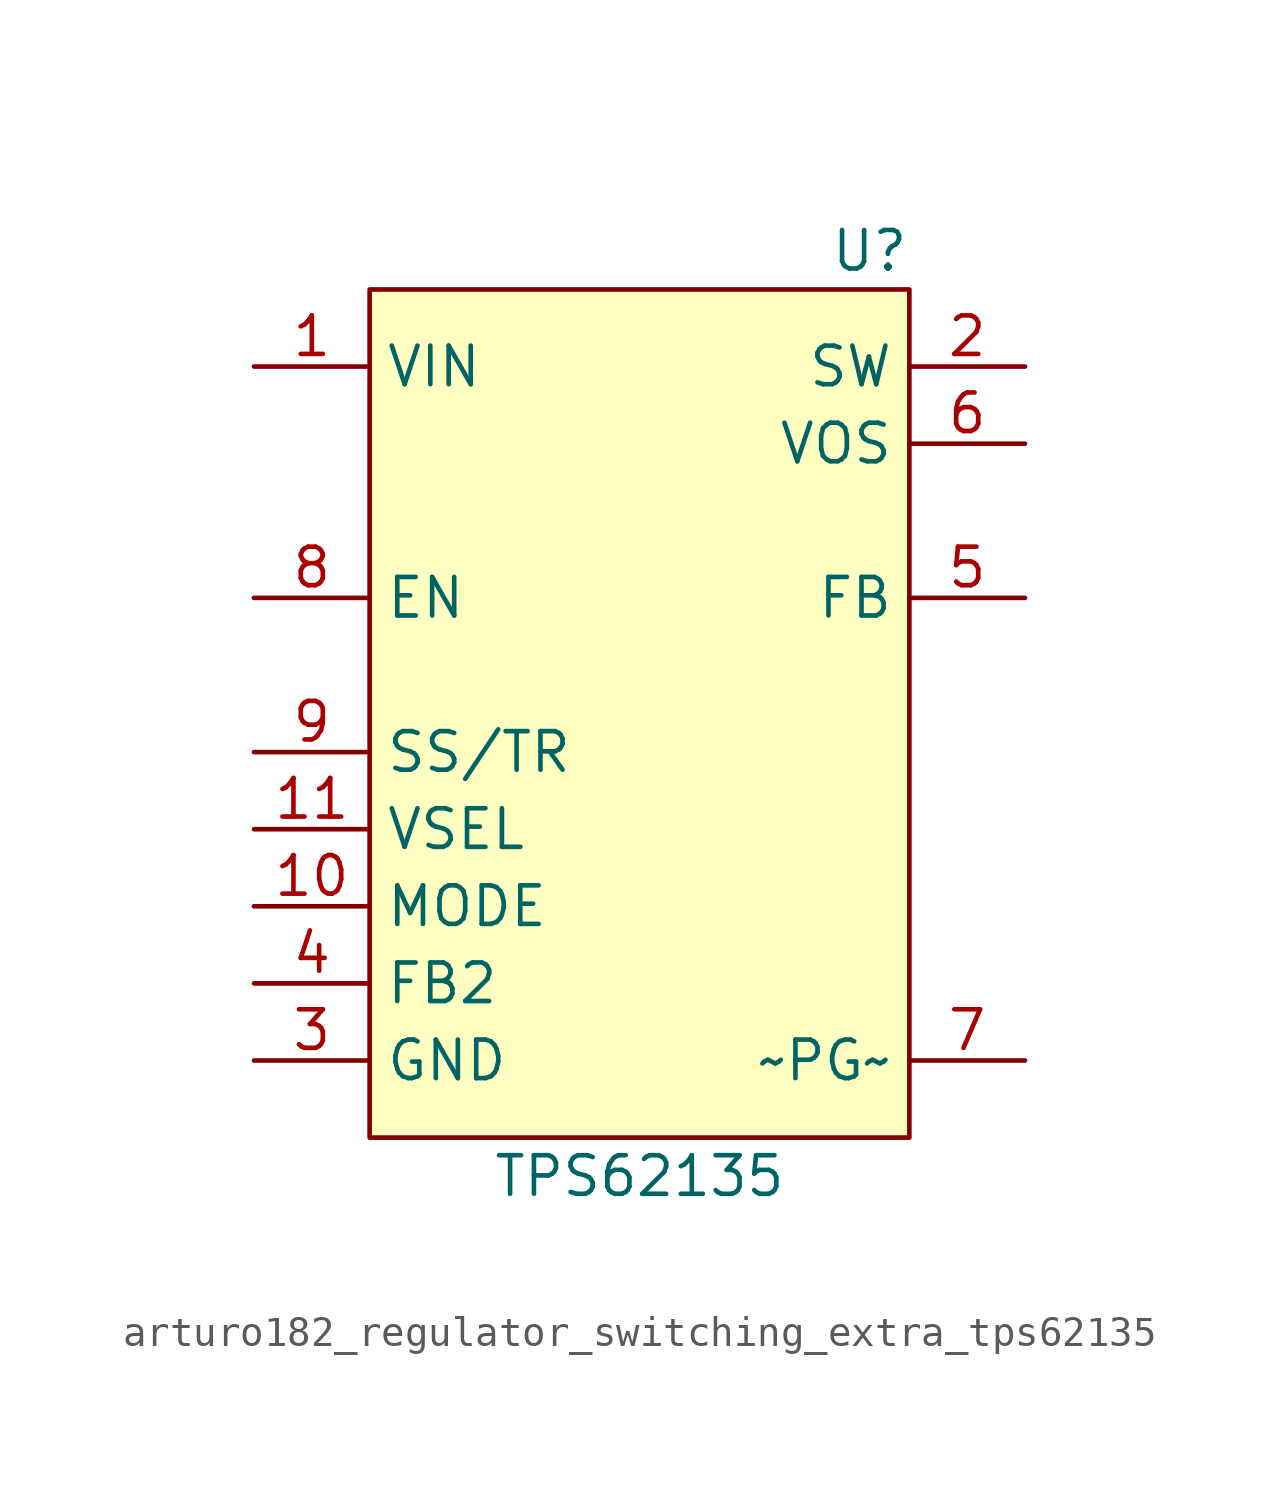
<source format=kicad_sym>
(kicad_symbol_lib
  (version 20220914)
  (generator kicad_symbol_editor)
  (symbol "Regulator_Switching_Extra:arturo182_regulator_switching_extra_tps62135"
    (property "Reference" "U"
      (at 8.89 13.97 0)
      (effects (font (size 1.27 1.27)) (justify right)))
    (property "Value" "TPS62135"
      (at 0 -16.51 0)
      (effects (font (size 1.27 1.27))))
    (symbol "arturo182_regulator_switching_extra_tps62135_0_1"
      (rectangle (start -8.89 12.7) (end 8.89 -15.24) (stroke (width 0)) (fill (type background))))
    (symbol "arturo182_regulator_switching_extra_tps62135_1_1"
      (pin power_in line (at -12.7 10.16 0) (length 3.81) (name "VIN" (effects (font (size 1.27 1.27)))) (number "1" (effects (font (size 1.27 1.27)))))
      (pin input line (at -12.7 -7.62 0) (length 3.81) (name "MODE" (effects (font (size 1.27 1.27)))) (number "10" (effects (font (size 1.27 1.27)))))
      (pin input line (at -12.7 -5.08 0) (length 3.81) (name "VSEL" (effects (font (size 1.27 1.27)))) (number "11" (effects (font (size 1.27 1.27)))))
      (pin power_out line (at 12.7 10.16 180) (length 3.81) (name "SW" (effects (font (size 1.27 1.27)))) (number "2" (effects (font (size 1.27 1.27)))))
      (pin power_in line (at -12.7 -12.7 0) (length 3.81) (name "GND" (effects (font (size 1.27 1.27)))) (number "3" (effects (font (size 1.27 1.27)))))
      (pin output line (at -12.7 -10.16 0) (length 3.81) (name "FB2" (effects (font (size 1.27 1.27)))) (number "4" (effects (font (size 1.27 1.27)))))
      (pin input line (at 12.7 2.54 180) (length 3.81) (name "FB" (effects (font (size 1.27 1.27)))) (number "5" (effects (font (size 1.27 1.27)))))
      (pin input line (at 12.7 7.62 180) (length 3.81) (name "VOS" (effects (font (size 1.27 1.27)))) (number "6" (effects (font (size 1.27 1.27)))))
      (pin output line (at 12.7 -12.7 180) (length 3.81) (name "~PG~" (effects (font (size 1.27 1.27)))) (number "7" (effects (font (size 1.27 1.27)))))
      (pin input line (at -12.7 2.54 0) (length 3.81) (name "EN" (effects (font (size 1.27 1.27)))) (number "8" (effects (font (size 1.27 1.27)))))
      (pin input line (at -12.7 -2.54 0) (length 3.81) (name "SS/TR" (effects (font (size 1.27 1.27)))) (number "9" (effects (font (size 1.27 1.27))))))))
</source>
